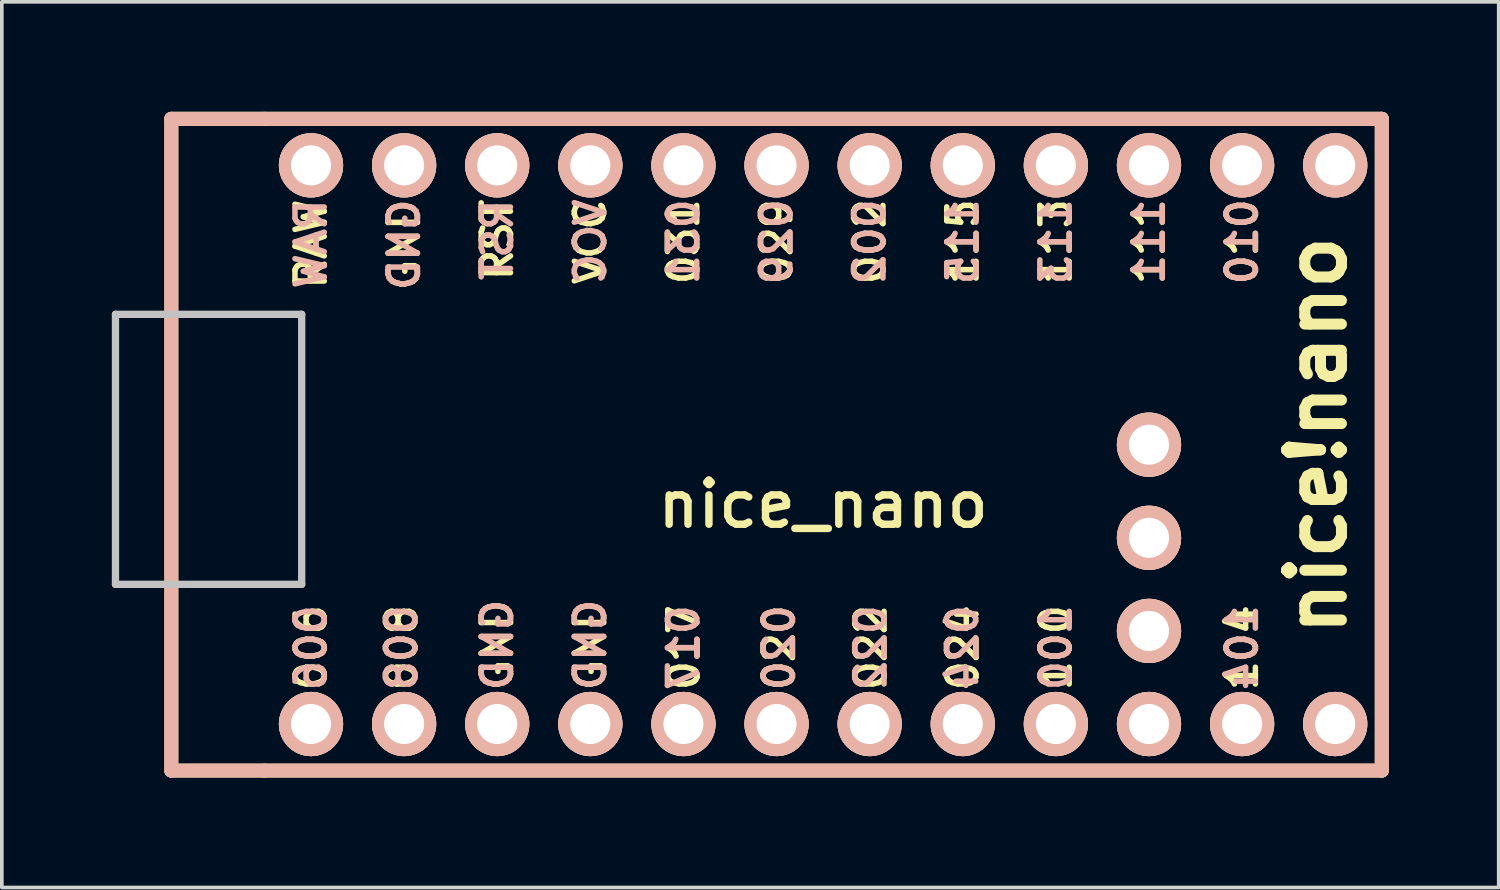
<source format=kicad_pcb>
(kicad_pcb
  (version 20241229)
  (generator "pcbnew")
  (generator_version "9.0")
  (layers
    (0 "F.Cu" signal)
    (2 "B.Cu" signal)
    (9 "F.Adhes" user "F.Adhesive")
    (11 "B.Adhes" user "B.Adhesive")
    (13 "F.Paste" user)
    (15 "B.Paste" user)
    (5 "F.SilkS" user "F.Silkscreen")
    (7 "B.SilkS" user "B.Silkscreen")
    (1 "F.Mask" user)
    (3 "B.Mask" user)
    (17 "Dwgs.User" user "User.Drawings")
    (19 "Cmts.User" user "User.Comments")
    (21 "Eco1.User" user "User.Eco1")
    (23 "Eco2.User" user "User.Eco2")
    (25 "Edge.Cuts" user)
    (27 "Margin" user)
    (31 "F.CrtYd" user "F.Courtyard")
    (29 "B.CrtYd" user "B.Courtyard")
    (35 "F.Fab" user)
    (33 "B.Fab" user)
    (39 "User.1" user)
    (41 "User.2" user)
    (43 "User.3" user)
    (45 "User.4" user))
  (footprint "nice_nano"
    (layer "F.Cu")
    (at 19.404 9.081)
    (property "Reference" "nice_nano" (at 0 1.625 180) (layer "F.SilkS") (effects (font (size 1.2 1.2) (thickness 0.203))))
    (attr through_hole)
    (fp_line (start -17.78 -8.89) (end -17.78 8.89) (stroke (width 0.381) (type solid)) (layer "F.SilkS"))
    (fp_line (start -17.78 8.89) (end -15.24 8.89) (stroke (width 0.381) (type solid)) (layer "F.SilkS"))
    (fp_line (start -15.24 -8.89) (end -17.78 -8.89) (stroke (width 0.381) (type solid)) (layer "F.SilkS"))
    (fp_line (start -15.24 8.89) (end 15.24 8.89) (stroke (width 0.381) (type solid)) (layer "F.SilkS"))
    (fp_line (start 15.24 -8.89) (end -15.24 -8.89) (stroke (width 0.381) (type solid)) (layer "F.SilkS"))
    (fp_line (start 15.24 8.89) (end 15.24 -8.89) (stroke (width 0.381) (type solid)) (layer "F.SilkS"))
    (fp_line (start -17.78 -8.89) (end -17.78 8.89) (stroke (width 0.381) (type solid)) (layer "B.SilkS"))
    (fp_line (start -17.78 8.89) (end 15.24 8.89) (stroke (width 0.381) (type solid)) (layer "B.SilkS"))
    (fp_line (start 15.24 -8.89) (end -17.78 -8.89) (stroke (width 0.381) (type solid)) (layer "B.SilkS"))
    (fp_line (start 15.24 8.89) (end 15.24 -8.89) (stroke (width 0.381) (type solid)) (layer "B.SilkS"))
    (fp_line (start -19.304 -3.556) (end -14.224 -3.556) (stroke (width 0.2) (type solid)) (layer "Dwgs.User"))
    (fp_line (start -19.304 3.81) (end -19.304 -3.556) (stroke (width 0.2) (type solid)) (layer "Dwgs.User"))
    (fp_line (start -14.224 -3.556) (end -14.224 3.81) (stroke (width 0.2) (type solid)) (layer "Dwgs.User"))
    (fp_line (start -14.224 3.81) (end -19.304 3.81) (stroke (width 0.2) (type solid)) (layer "Dwgs.User"))
    (fp_text user "029" (at -1.27 -5.537 90) (layer "F.SilkS") (effects (font (size 0.8 0.8) (thickness 0.15))))
    (fp_text user "104" (at 11.43 5.537 90) (layer "F.SilkS") (effects (font (size 0.8 0.8) (thickness 0.15))))
    (fp_text user "022" (at 1.3 5.537 90) (layer "F.SilkS") (effects (font (size 0.8 0.8) (thickness 0.15))))
    (fp_text user "111" (at 8.89 -5.537 90) (layer "F.SilkS") (effects (font (size 0.8 0.8) (thickness 0.15))))
    (fp_text user "017" (at -3.8 5.537 90) (layer "F.SilkS") (effects (font (size 0.8 0.8) (thickness 0.15))))
    (fp_text user "002" (at 1.27 -5.537 90) (layer "F.SilkS") (effects (font (size 0.8 0.8) (thickness 0.15))))
    (fp_text user "VCC" (at -6.35 -5.537 90) (layer "F.SilkS") (effects (font (size 0.8 0.8) (thickness 0.15))))
    (fp_text user "020" (at -1.2 5.537 90) (layer "F.SilkS") (effects (font (size 0.8 0.8) (thickness 0.15))))
    (fp_text user "031" (at -3.81 -5.537 90) (layer "F.SilkS") (effects (font (size 0.8 0.8) (thickness 0.15))))
    (fp_text user "GND" (at -8.89 5.461 90) (layer "F.SilkS") (effects (font (size 0.8 0.8) (thickness 0.15))))
    (fp_text user "115" (at 3.81 -5.537 90) (layer "F.SilkS") (effects (font (size 0.8 0.8) (thickness 0.15))))
    (fp_text user "100" (at 6.35 5.537 90) (layer "F.SilkS") (effects (font (size 0.8 0.8) (thickness 0.15))))
    (fp_text user "006" (at -13.97 5.537 90) (layer "F.SilkS") (effects (font (size 0.8 0.8) (thickness 0.15))))
    (fp_text user "GND" (at -11.43 -5.455 90) (layer "F.SilkS") (effects (font (size 0.8 0.8) (thickness 0.15))))
    (fp_text user "GND" (at -6.35 5.461 90) (layer "F.SilkS") (effects (font (size 0.8 0.8) (thickness 0.15))))
    (fp_text user "010" (at 11.43 -5.537 90) (layer "F.SilkS") (effects (font (size 0.8 0.8) (thickness 0.15))))
    (fp_text user "RST" (at -8.89 -5.588 90) (layer "F.SilkS") (effects (font (size 0.8 0.8) (thickness 0.15))))
    (fp_text user "113" (at 6.35 -5.537 90) (layer "F.SilkS") (effects (font (size 0.8 0.8) (thickness 0.15))))
    (fp_text user "008" (at -11.5 5.537 90) (layer "F.SilkS") (effects (font (size 0.8 0.8) (thickness 0.15))))
    (fp_text user "RAW" (at -13.97 -5.474 90) (layer "F.SilkS") (effects (font (size 0.8 0.8) (thickness 0.15))))
    (fp_text user "nice!nano" (at 13.462 -0.254 90) (layer "F.SilkS") (effects (font (size 1.5 1.5) (thickness 0.3))))
    (fp_text user "024" (at 3.81 5.537 90) (layer "F.SilkS") (effects (font (size 0.8 0.8) (thickness 0.15))))
    (fp_text user "008" (at -11.5 5.537 90) (layer "B.SilkS") (effects (font (size 0.8 0.8) (thickness 0.15)) (justify mirror)))
    (fp_text user "010" (at 11.43 -5.537 90) (layer "B.SilkS") (effects (font (size 0.8 0.8) (thickness 0.15)) (justify mirror)))
    (fp_text user "031" (at -3.81 -5.537 90) (layer "B.SilkS") (effects (font (size 0.8 0.8) (thickness 0.15)) (justify mirror)))
    (fp_text user "020" (at -1.2 5.537 90) (layer "B.SilkS") (effects (font (size 0.8 0.8) (thickness 0.15)) (justify mirror)))
    (fp_text user "GND" (at -8.89 5.461 90) (layer "B.SilkS") (effects (font (size 0.8 0.8) (thickness 0.15)) (justify mirror)))
    (fp_text user "024" (at 3.8 5.537 90) (layer "B.SilkS") (effects (font (size 0.8 0.8) (thickness 0.15)) (justify mirror)))
    (fp_text user "002" (at 1.27 -5.537 90) (layer "B.SilkS") (effects (font (size 0.8 0.8) (thickness 0.15)) (justify mirror)))
    (fp_text user "VCC" (at -6.35 -5.537 90) (layer "B.SilkS") (effects (font (size 0.8 0.8) (thickness 0.15)) (justify mirror)))
    (fp_text user "104" (at 11.43 5.537 90) (layer "B.SilkS") (effects (font (size 0.8 0.8) (thickness 0.15)) (justify mirror)))
    (fp_text user "017" (at -3.81 5.537 90) (layer "B.SilkS") (effects (font (size 0.8 0.8) (thickness 0.15)) (justify mirror)))
    (fp_text user "029" (at -1.27 -5.537 90) (layer "B.SilkS") (effects (font (size 0.8 0.8) (thickness 0.15)) (justify mirror)))
    (fp_text user "113" (at 6.35 -5.537 90) (layer "B.SilkS") (effects (font (size 0.8 0.8) (thickness 0.15)) (justify mirror)))
    (fp_text user "100" (at 6.35 5.537 90) (layer "B.SilkS") (effects (font (size 0.8 0.8) (thickness 0.15)) (justify mirror)))
    (fp_text user "006" (at -13.97 5.537 90) (layer "B.SilkS") (effects (font (size 0.8 0.8) (thickness 0.15)) (justify mirror)))
    (fp_text user "RST" (at -8.89 -5.588 90) (layer "B.SilkS") (effects (font (size 0.8 0.8) (thickness 0.15)) (justify mirror)))
    (fp_text user "111" (at 8.89 -5.537 90) (layer "B.SilkS") (effects (font (size 0.8 0.8) (thickness 0.15)) (justify mirror)))
    (fp_text user "022" (at 1.3 5.537 90) (layer "B.SilkS") (effects (font (size 0.8 0.8) (thickness 0.15)) (justify mirror)))
    (fp_text user "115" (at 3.81 -5.537 90) (layer "B.SilkS") (effects (font (size 0.8 0.8) (thickness 0.15)) (justify mirror)))
    (fp_text user "GND" (at -6.35 5.461 90) (layer "B.SilkS") (effects (font (size 0.8 0.8) (thickness 0.15)) (justify mirror)))
    (fp_text user "RAW" (at -13.97 -5.474 90) (layer "B.SilkS") (effects (font (size 0.8 0.8) (thickness 0.15)) (justify mirror)))
    (fp_text user "GND" (at -11.43 -5.455 90) (layer "B.SilkS") (effects (font (size 0.8 0.8) (thickness 0.15)) (justify mirror)))
    (pad "1" thru_hole circle (at -13.97 7.62) (size 1.753 1.753) (drill 1.092) (layers "*.Cu" "*.SilkS" "*.Mask"))
    (pad "2" thru_hole circle (at -11.43 7.62) (size 1.753 1.753) (drill 1.092) (layers "*.Cu" "*.SilkS" "*.Mask"))
    (pad "3" thru_hole circle (at -8.89 7.62) (size 1.753 1.753) (drill 1.092) (layers "*.Cu" "*.SilkS" "*.Mask"))
    (pad "4" thru_hole circle (at -6.35 7.62) (size 1.753 1.753) (drill 1.092) (layers "*.Cu" "*.SilkS" "*.Mask"))
    (pad "5" thru_hole circle (at -3.81 7.62) (size 1.753 1.753) (drill 1.092) (layers "*.Cu" "*.SilkS" "*.Mask"))
    (pad "6" thru_hole circle (at -1.27 7.62) (size 1.753 1.753) (drill 1.092) (layers "*.Cu" "*.SilkS" "*.Mask"))
    (pad "7" thru_hole circle (at 1.27 7.62) (size 1.753 1.753) (drill 1.092) (layers "*.Cu" "*.SilkS" "*.Mask"))
    (pad "8" thru_hole circle (at 3.81 7.62) (size 1.753 1.753) (drill 1.092) (layers "*.Cu" "*.SilkS" "*.Mask"))
    (pad "9" thru_hole circle (at 6.35 7.62) (size 1.753 1.753) (drill 1.092) (layers "*.Cu" "*.SilkS" "*.Mask"))
    (pad "10" thru_hole circle (at 8.89 7.62) (size 1.753 1.753) (drill 1.092) (layers "*.Cu" "*.SilkS" "*.Mask"))
    (pad "11" thru_hole circle (at 11.43 7.62) (size 1.753 1.753) (drill 1.092) (layers "*.Cu" "*.SilkS" "*.Mask"))
    (pad "12" thru_hole circle (at 13.97 7.62) (size 1.753 1.753) (drill 1.092) (layers "*.Cu" "*.SilkS" "*.Mask"))
    (pad "13" thru_hole circle (at 13.97 -7.62) (size 1.753 1.753) (drill 1.092) (layers "*.Cu" "*.SilkS" "*.Mask"))
    (pad "14" thru_hole circle (at 11.43 -7.62) (size 1.753 1.753) (drill 1.092) (layers "*.Cu" "*.SilkS" "*.Mask"))
    (pad "15" thru_hole circle (at 8.89 -7.62) (size 1.753 1.753) (drill 1.092) (layers "*.Cu" "*.SilkS" "*.Mask"))
    (pad "16" thru_hole circle (at 6.35 -7.62) (size 1.753 1.753) (drill 1.092) (layers "*.Cu" "*.SilkS" "*.Mask"))
    (pad "17" thru_hole circle (at 3.81 -7.62) (size 1.753 1.753) (drill 1.092) (layers "*.Cu" "*.SilkS" "*.Mask"))
    (pad "18" thru_hole circle (at 1.27 -7.62) (size 1.753 1.753) (drill 1.092) (layers "*.Cu" "*.SilkS" "*.Mask"))
    (pad "19" thru_hole circle (at -1.27 -7.62) (size 1.753 1.753) (drill 1.092) (layers "*.Cu" "*.SilkS" "*.Mask"))
    (pad "20" thru_hole circle (at -3.81 -7.62) (size 1.753 1.753) (drill 1.092) (layers "*.Cu" "*.SilkS" "*.Mask"))
    (pad "21" thru_hole circle (at -6.35 -7.62) (size 1.753 1.753) (drill 1.092) (layers "*.Cu" "*.SilkS" "*.Mask"))
    (pad "22" thru_hole circle (at -8.89 -7.62) (size 1.753 1.753) (drill 1.092) (layers "*.Cu" "*.SilkS" "*.Mask"))
    (pad "23" thru_hole circle (at -11.43 -7.62) (size 1.753 1.753) (drill 1.092) (layers "*.Cu" "*.SilkS" "*.Mask"))
    (pad "24" thru_hole circle (at -13.97 -7.62) (size 1.753 1.753) (drill 1.092) (layers "*.Cu" "*.SilkS" "*.Mask"))
    (pad "31" thru_hole circle (at 8.89 5.08) (size 1.753 1.753) (drill 1.092) (layers "*.Cu" "*.SilkS" "*.Mask"))
    (pad "32" thru_hole circle (at 8.89 2.54) (size 1.753 1.753) (drill 1.092) (layers "*.Cu" "*.SilkS" "*.Mask"))
    (pad "33" thru_hole circle (at 8.89 0) (size 1.753 1.753) (drill 1.092) (layers "*.Cu" "*.SilkS" "*.Mask")))
  (gr_rect
    (start -3 -3)
    (end 37.834 21.161)
    (stroke (width 0.1) (type default))
    (fill no)
    (layer "Edge.Cuts")))
</source>
